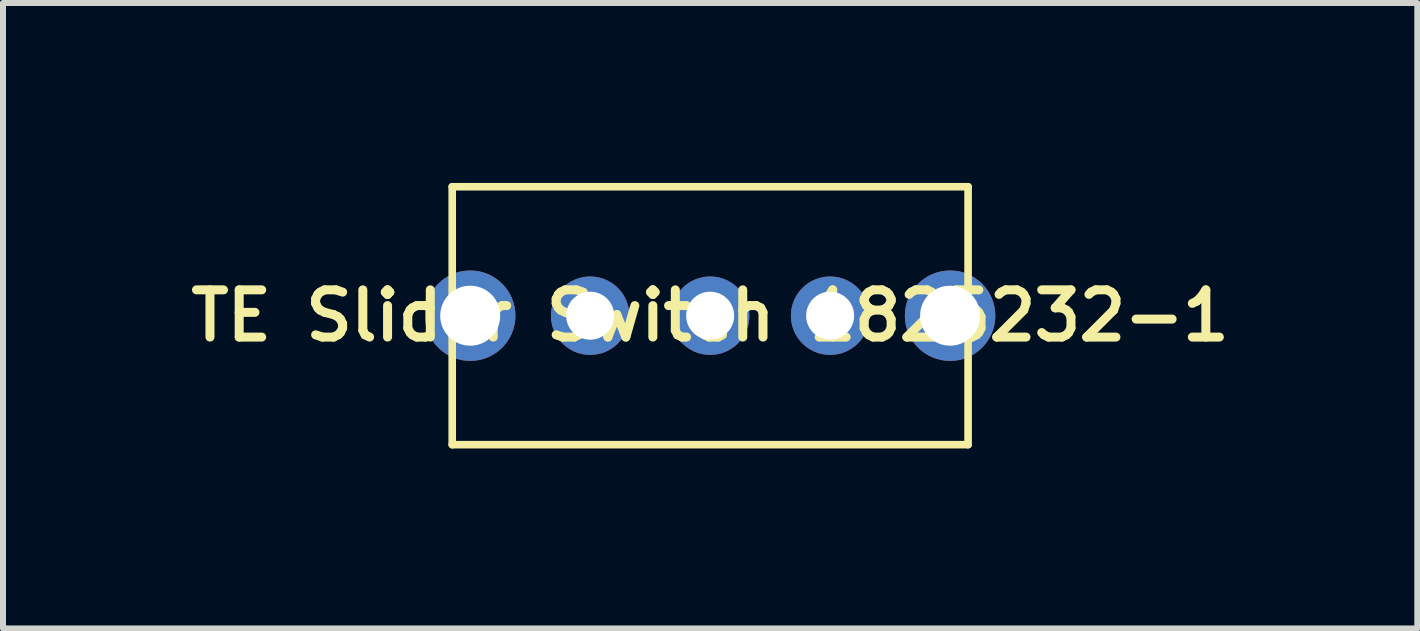
<source format=kicad_pcb>
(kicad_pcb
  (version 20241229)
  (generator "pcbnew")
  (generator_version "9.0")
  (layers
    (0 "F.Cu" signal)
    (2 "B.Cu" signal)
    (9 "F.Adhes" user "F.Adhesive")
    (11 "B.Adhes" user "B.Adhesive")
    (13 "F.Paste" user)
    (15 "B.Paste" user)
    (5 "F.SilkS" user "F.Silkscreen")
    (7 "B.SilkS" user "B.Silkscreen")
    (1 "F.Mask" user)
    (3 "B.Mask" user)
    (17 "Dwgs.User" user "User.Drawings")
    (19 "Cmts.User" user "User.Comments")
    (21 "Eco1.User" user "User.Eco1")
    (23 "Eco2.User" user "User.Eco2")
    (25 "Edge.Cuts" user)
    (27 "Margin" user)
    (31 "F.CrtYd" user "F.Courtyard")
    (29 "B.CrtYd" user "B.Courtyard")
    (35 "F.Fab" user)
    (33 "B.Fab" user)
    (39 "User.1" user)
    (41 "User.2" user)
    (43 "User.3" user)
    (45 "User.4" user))
  (footprint "TE Slider Switch 1825232-1"
    (layer "F.Cu")
    (at 8.789 2.213)
    (property "Reference" "TE Slider Switch 1825232-1" (at 0 0 0) (layer "F.SilkS") (effects (font (size 0.787 0.787) (thickness 0.15))))
    (attr through_hole)
    (fp_line (start -4.3 -2.15) (end 4.3 -2.15) (stroke (width 0.127) (type solid)) (layer "F.SilkS"))
    (fp_line (start -4.3 2.15) (end -4.3 -2.15) (stroke (width 0.127) (type solid)) (layer "F.SilkS"))
    (fp_line (start 4.3 -2.15) (end 4.3 2.15) (stroke (width 0.127) (type solid)) (layer "F.SilkS"))
    (fp_line (start 4.3 2.15) (end -4.3 2.15) (stroke (width 0.127) (type solid)) (layer "F.SilkS"))
    (pad "1" thru_hole circle (at -2 0) (size 1.308 1.308) (drill 0.8) (layers "*.Cu" "*.Mask"))
    (pad "2" thru_hole circle (at 0 0) (size 1.308 1.308) (drill 0.8) (layers "*.Cu" "*.Mask"))
    (pad "3" thru_hole circle (at 2 0) (size 1.308 1.308) (drill 0.8) (layers "*.Cu" "*.Mask"))
    (pad "GND" thru_hole circle (at -4 0) (size 1.508 1.508) (drill 1) (layers "*.Cu" "*.Mask"))
    (pad "GND" thru_hole circle (at 4 0) (size 1.508 1.508) (drill 1) (layers "*.Cu" "*.Mask")))
  (gr_rect
    (start -3 -3)
    (end 20.578 7.427)
    (stroke (width 0.1) (type default))
    (fill no)
    (layer "Edge.Cuts")))
</source>
